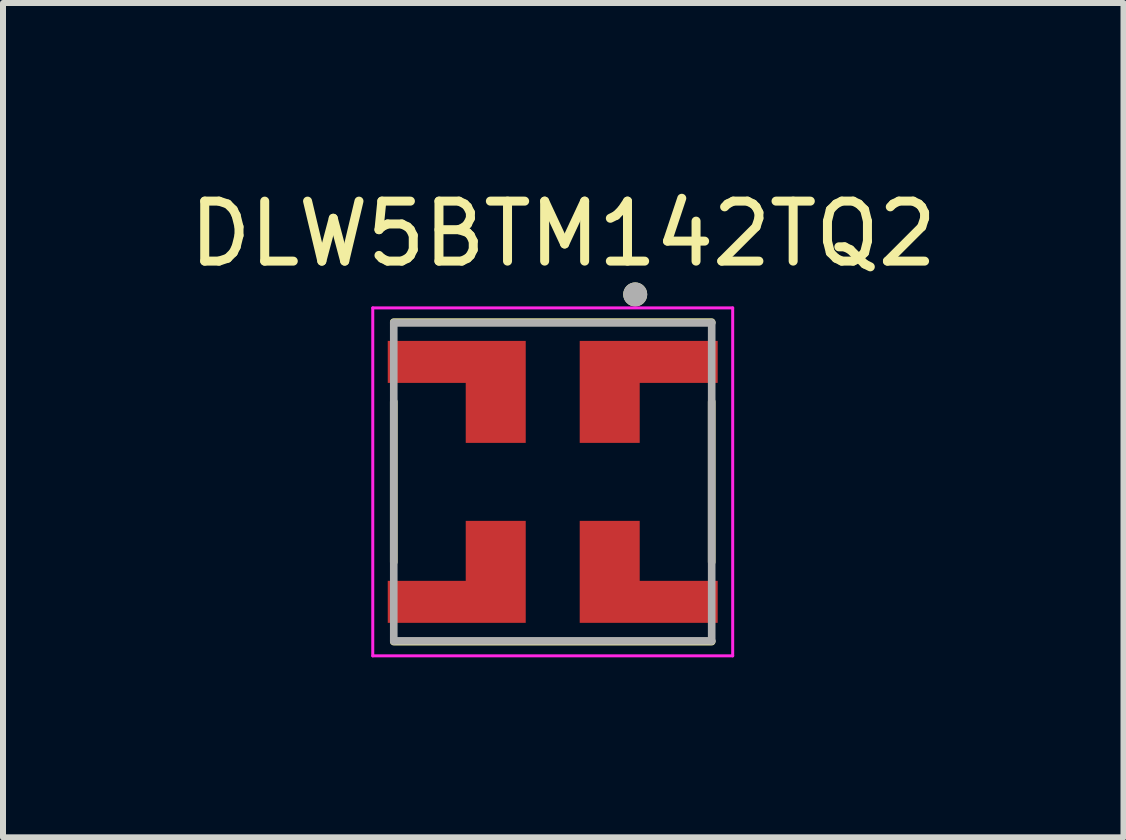
<source format=kicad_pcb>
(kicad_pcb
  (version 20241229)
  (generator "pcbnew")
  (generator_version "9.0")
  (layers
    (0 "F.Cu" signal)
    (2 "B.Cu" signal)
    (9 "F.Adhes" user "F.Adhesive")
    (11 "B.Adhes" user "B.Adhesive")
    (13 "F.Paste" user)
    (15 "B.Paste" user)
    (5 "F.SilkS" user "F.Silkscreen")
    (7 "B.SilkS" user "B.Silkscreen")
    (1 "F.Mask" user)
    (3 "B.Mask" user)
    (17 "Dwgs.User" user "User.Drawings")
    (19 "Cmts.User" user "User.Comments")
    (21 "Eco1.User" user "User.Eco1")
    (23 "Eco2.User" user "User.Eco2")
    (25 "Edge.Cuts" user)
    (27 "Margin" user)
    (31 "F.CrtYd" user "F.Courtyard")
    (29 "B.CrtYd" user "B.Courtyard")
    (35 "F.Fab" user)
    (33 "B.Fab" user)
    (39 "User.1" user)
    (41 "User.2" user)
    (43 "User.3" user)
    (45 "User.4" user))
  (footprint "DLW5BTM142TQ2"
    (layer "F.Cu")
    (at 6.164 4.983)
    (property "Reference" "DLW5BTM142TQ2" (at 0.175 -4.135 0) (layer "F.SilkS") (effects (font (size 1 1) (thickness 0.15))))
    (attr through_hole)
    (fp_poly (pts (xy -0.35 -2.45) (xy -2.85 -2.45) (xy -2.85 -1.55) (xy -1.55 -1.55) (xy -1.55 -0.55) (xy -0.35 -0.55)) (stroke (width 0.0001) (type solid)) (fill yes) (layer "F.Mask"))
    (fp_poly (pts (xy -0.35 2.45) (xy -2.85 2.45) (xy -2.85 1.55) (xy -1.55 1.55) (xy -1.55 0.55) (xy -0.35 0.55)) (stroke (width 0.0001) (type solid)) (fill yes) (layer "F.Mask"))
    (fp_poly (pts (xy 0.35 -2.45) (xy 2.85 -2.45) (xy 2.85 -1.55) (xy 1.55 -1.55) (xy 1.55 -0.55) (xy 0.35 -0.55)) (stroke (width 0.0001) (type solid)) (fill yes) (layer "F.Mask"))
    (fp_poly (pts (xy 0.35 2.45) (xy 2.85 2.45) (xy 2.85 1.55) (xy 1.55 1.55) (xy 1.55 0.55) (xy 0.35 0.55)) (stroke (width 0.0001) (type solid)) (fill yes) (layer "F.Mask"))
    (fp_line (start -2.65 -1.337) (end -2.65 1.337) (stroke (width 0.127) (type solid)) (layer "F.SilkS"))
    (fp_line (start -2.65 2.663) (end 2.65 2.663) (stroke (width 0.127) (type solid)) (layer "F.SilkS"))
    (fp_line (start 2.65 -2.663) (end -2.65 -2.663) (stroke (width 0.127) (type solid)) (layer "F.SilkS"))
    (fp_line (start 2.65 1.337) (end 2.65 -1.337) (stroke (width 0.127) (type solid)) (layer "F.SilkS"))
    (fp_circle (center 1.375 -3.125) (end 1.475 -3.125) (stroke (width 0.2) (type solid)) (fill no) (layer "F.SilkS"))
    (fp_poly (pts (xy -0.45 -2.35) (xy -2.75 -2.35) (xy -2.75 -1.65) (xy -1.45 -1.65) (xy -1.45 -0.65) (xy -0.45 -0.65)) (stroke (width 0.0001) (type solid)) (fill yes) (layer "F.Paste"))
    (fp_poly (pts (xy -0.45 2.35) (xy -2.75 2.35) (xy -2.75 1.65) (xy -1.45 1.65) (xy -1.45 0.65) (xy -0.45 0.65)) (stroke (width 0.0001) (type solid)) (fill yes) (layer "F.Paste"))
    (fp_poly (pts (xy 0.45 -2.35) (xy 2.75 -2.35) (xy 2.75 -1.65) (xy 1.45 -1.65) (xy 1.45 -0.65) (xy 0.45 -0.65)) (stroke (width 0.0001) (type solid)) (fill yes) (layer "F.Paste"))
    (fp_poly (pts (xy 0.45 2.35) (xy 2.75 2.35) (xy 2.75 1.65) (xy 1.45 1.65) (xy 1.45 0.65) (xy 0.45 0.65)) (stroke (width 0.0001) (type solid)) (fill yes) (layer "F.Paste"))
    (fp_line (start -3 -2.9) (end 3 -2.9) (stroke (width 0.05) (type solid)) (layer "F.CrtYd"))
    (fp_line (start -3 2.9) (end -3 -2.9) (stroke (width 0.05) (type solid)) (layer "F.CrtYd"))
    (fp_line (start 3 -2.9) (end 3 2.9) (stroke (width 0.05) (type solid)) (layer "F.CrtYd"))
    (fp_line (start 3 2.9) (end -3 2.9) (stroke (width 0.05) (type solid)) (layer "F.CrtYd"))
    (fp_line (start -2.65 -2.65) (end -2.65 2.65) (stroke (width 0.127) (type solid)) (layer "F.Fab"))
    (fp_line (start -2.65 2.65) (end 2.65 2.65) (stroke (width 0.127) (type solid)) (layer "F.Fab"))
    (fp_line (start 2.65 -2.65) (end -2.65 -2.65) (stroke (width 0.127) (type solid)) (layer "F.Fab"))
    (fp_line (start 2.65 2.65) (end 2.65 -2.65) (stroke (width 0.127) (type solid)) (layer "F.Fab"))
    (fp_circle (center 1.375 -3.125) (end 1.475 -3.125) (stroke (width 0.2) (type solid)) (fill no) (layer "F.Fab"))
    (pad "1" smd custom (at 0.875 -1.075) (size 0.75 0.75) (layers "F.Cu" "F.Mask" "F.Paste") (options (anchor rect)) (primitives (gr_poly (pts (xy -0.425 -1.275) (xy 1.875 -1.275) (xy 1.875 -0.575) (xy 0.575 -0.575) (xy 0.575 0.425) (xy -0.425 0.425)) (width 0.0001) (fill yes))))
    (pad "2" smd custom (at -0.875 -1.075) (size 0.75 0.75) (layers "F.Cu" "F.Mask" "F.Paste") (options (anchor rect)) (primitives (gr_poly (pts (xy 0.425 -1.275) (xy -1.875 -1.275) (xy -1.875 -0.575) (xy -0.575 -0.575) (xy -0.575 0.425) (xy 0.425 0.425)) (width 0.0001) (fill yes))))
    (pad "3" smd custom (at -0.875 1.075) (size 0.75 0.75) (layers "F.Cu" "F.Mask" "F.Paste") (options (anchor rect)) (primitives (gr_poly (pts (xy 0.425 1.275) (xy -1.875 1.275) (xy -1.875 0.575) (xy -0.575 0.575) (xy -0.575 -0.425) (xy 0.425 -0.425)) (width 0.0001) (fill yes))))
    (pad "4" smd custom (at 0.875 1.075) (size 0.75 0.75) (layers "F.Cu" "F.Mask" "F.Paste") (options (anchor rect)) (primitives (gr_poly (pts (xy -0.425 1.275) (xy 1.875 1.275) (xy 1.875 0.575) (xy 0.575 0.575) (xy 0.575 -0.425) (xy -0.425 -0.425)) (width 0.0001) (fill yes)))))
  (gr_rect
    (start -3 -3)
    (end 15.679 10.908)
    (stroke (width 0.1) (type default))
    (fill no)
    (layer "Edge.Cuts")))
</source>
